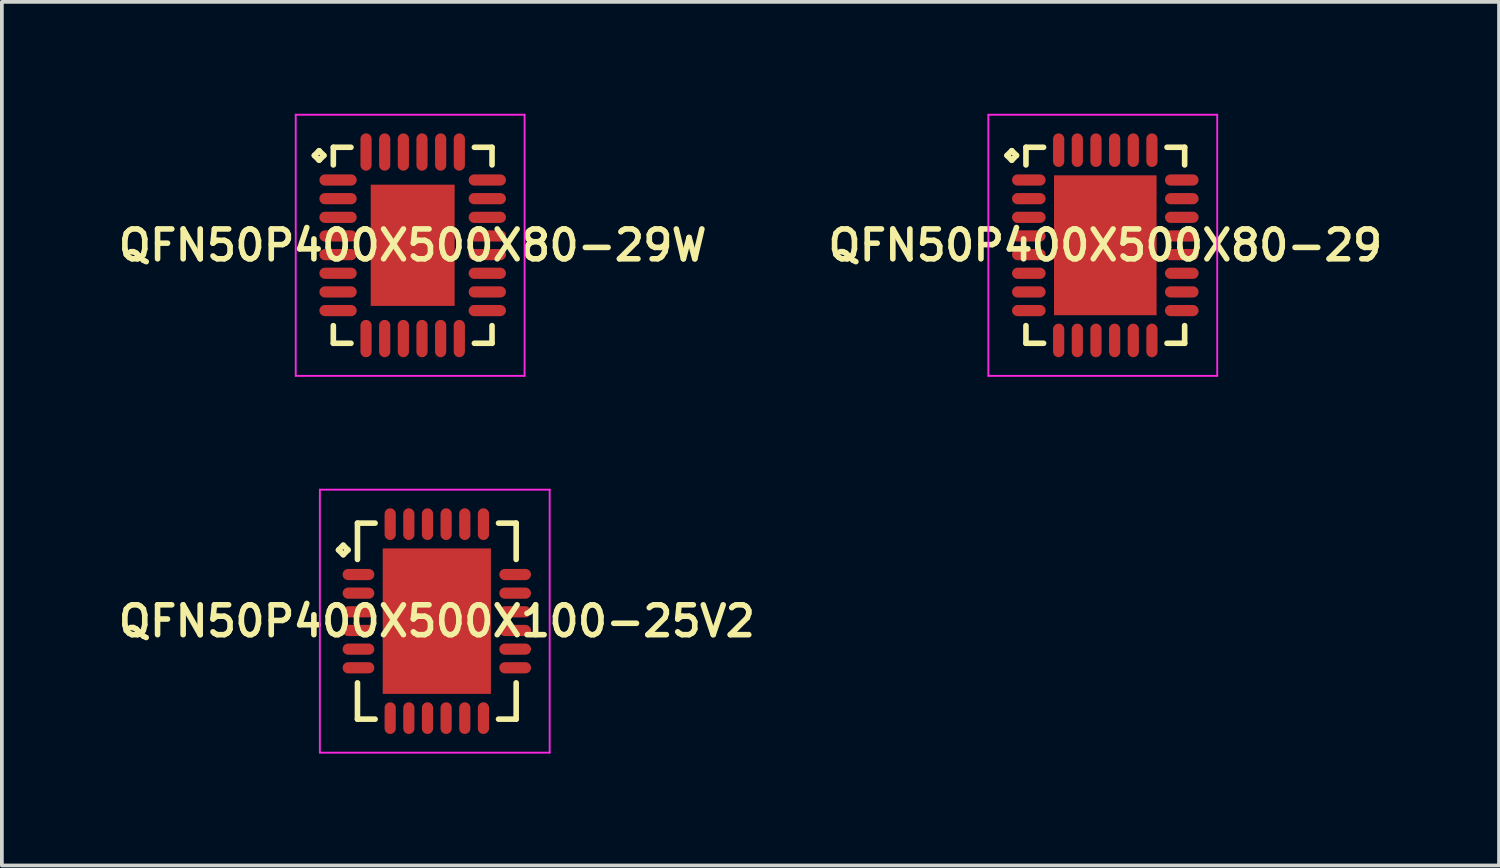
<source format=kicad_pcb>
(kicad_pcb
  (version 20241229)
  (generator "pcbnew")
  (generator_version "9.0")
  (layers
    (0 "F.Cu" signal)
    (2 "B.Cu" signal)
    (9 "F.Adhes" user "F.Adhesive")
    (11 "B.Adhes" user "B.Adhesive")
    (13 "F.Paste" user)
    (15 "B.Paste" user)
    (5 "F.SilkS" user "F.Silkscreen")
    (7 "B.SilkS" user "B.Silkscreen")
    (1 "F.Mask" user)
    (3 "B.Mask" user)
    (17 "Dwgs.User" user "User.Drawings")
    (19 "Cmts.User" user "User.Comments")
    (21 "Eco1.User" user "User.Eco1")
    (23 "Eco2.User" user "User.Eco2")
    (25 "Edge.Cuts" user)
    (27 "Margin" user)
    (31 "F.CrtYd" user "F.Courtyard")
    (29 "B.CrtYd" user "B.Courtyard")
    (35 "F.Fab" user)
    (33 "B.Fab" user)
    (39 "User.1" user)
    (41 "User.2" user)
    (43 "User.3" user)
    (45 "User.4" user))
  (footprint "QFN50P400X500X80-29"
    (layer "F.Cu")
    (at 26.578 3.525)
    (property "Reference" "QFN50P400X500X80-29" (at 0 0 0) (layer "F.SilkS") (effects (font (size 0.8 0.8) (thickness 0.15))))
    (attr smd)
    (fp_line (start -2.635 -2.408) (end -2.508 -2.535) (stroke (width 0.15) (type solid)) (layer "F.SilkS"))
    (fp_line (start -2.508 -2.535) (end -2.381 -2.408) (stroke (width 0.15) (type solid)) (layer "F.SilkS"))
    (fp_line (start -2.508 -2.281) (end -2.635 -2.408) (stroke (width 0.15) (type solid)) (layer "F.SilkS"))
    (fp_line (start -2.381 -2.408) (end -2.508 -2.281) (stroke (width 0.15) (type solid)) (layer "F.SilkS"))
    (fp_line (start -2.127 -2.627) (end -1.654 -2.627) (stroke (width 0.15) (type solid)) (layer "F.SilkS"))
    (fp_line (start -2.127 -2.154) (end -2.127 -2.627) (stroke (width 0.15) (type solid)) (layer "F.SilkS"))
    (fp_line (start -2.127 2.154) (end -2.127 2.627) (stroke (width 0.15) (type solid)) (layer "F.SilkS"))
    (fp_line (start -2.127 2.627) (end -1.654 2.627) (stroke (width 0.15) (type solid)) (layer "F.SilkS"))
    (fp_line (start 1.654 -2.627) (end 2.127 -2.627) (stroke (width 0.15) (type solid)) (layer "F.SilkS"))
    (fp_line (start 1.654 2.627) (end 2.127 2.627) (stroke (width 0.15) (type solid)) (layer "F.SilkS"))
    (fp_line (start 2.127 -2.627) (end 2.127 -2.154) (stroke (width 0.15) (type solid)) (layer "F.SilkS"))
    (fp_line (start 2.127 2.627) (end 2.127 2.154) (stroke (width 0.15) (type solid)) (layer "F.SilkS"))
    (fp_line (start -3.135 -3.5) (end 3 -3.5) (stroke (width 0.05) (type solid)) (layer "F.CrtYd"))
    (fp_line (start -3.135 3.5) (end -3.135 -3.5) (stroke (width 0.05) (type solid)) (layer "F.CrtYd"))
    (fp_line (start 3 -3.5) (end 3 3.5) (stroke (width 0.05) (type solid)) (layer "F.CrtYd"))
    (fp_line (start 3 3.5) (end -3.135 3.5) (stroke (width 0.05) (type solid)) (layer "F.CrtYd"))
    (pad "1" smd oval (at -2.05 -1.75) (size 0.9 0.3) (layers "F.Cu" "F.Mask" "F.Paste"))
    (pad "2" smd oval (at -2.05 -1.25) (size 0.9 0.3) (layers "F.Cu" "F.Mask" "F.Paste"))
    (pad "3" smd oval (at -2.05 -0.75) (size 0.9 0.3) (layers "F.Cu" "F.Mask" "F.Paste"))
    (pad "4" smd oval (at -2.05 -0.25) (size 0.9 0.3) (layers "F.Cu" "F.Mask" "F.Paste"))
    (pad "5" smd oval (at -2.05 0.25) (size 0.9 0.3) (layers "F.Cu" "F.Mask" "F.Paste"))
    (pad "6" smd oval (at -2.05 0.75) (size 0.9 0.3) (layers "F.Cu" "F.Mask" "F.Paste"))
    (pad "7" smd oval (at -2.05 1.25) (size 0.9 0.3) (layers "F.Cu" "F.Mask" "F.Paste"))
    (pad "8" smd oval (at -2.05 1.75) (size 0.9 0.3) (layers "F.Cu" "F.Mask" "F.Paste"))
    (pad "9" smd oval (at -1.25 2.55) (size 0.3 0.9) (layers "F.Cu" "F.Mask" "F.Paste"))
    (pad "10" smd oval (at -0.75 2.55) (size 0.3 0.9) (layers "F.Cu" "F.Mask" "F.Paste"))
    (pad "11" smd oval (at -0.25 2.55) (size 0.3 0.9) (layers "F.Cu" "F.Mask" "F.Paste"))
    (pad "12" smd oval (at 0.25 2.55) (size 0.3 0.9) (layers "F.Cu" "F.Mask" "F.Paste"))
    (pad "13" smd oval (at 0.75 2.55) (size 0.3 0.9) (layers "F.Cu" "F.Mask" "F.Paste"))
    (pad "14" smd oval (at 1.25 2.55) (size 0.3 0.9) (layers "F.Cu" "F.Mask" "F.Paste"))
    (pad "15" smd oval (at 2.05 1.75) (size 0.9 0.3) (layers "F.Cu" "F.Mask" "F.Paste"))
    (pad "16" smd oval (at 2.05 1.25) (size 0.9 0.3) (layers "F.Cu" "F.Mask" "F.Paste"))
    (pad "17" smd oval (at 2.05 0.75) (size 0.9 0.3) (layers "F.Cu" "F.Mask" "F.Paste"))
    (pad "18" smd oval (at 2.05 0.25) (size 0.9 0.3) (layers "F.Cu" "F.Mask" "F.Paste"))
    (pad "19" smd oval (at 2.05 -0.25) (size 0.9 0.3) (layers "F.Cu" "F.Mask" "F.Paste"))
    (pad "20" smd oval (at 2.05 -0.75) (size 0.9 0.3) (layers "F.Cu" "F.Mask" "F.Paste"))
    (pad "21" smd oval (at 2.05 -1.25) (size 0.9 0.3) (layers "F.Cu" "F.Mask" "F.Paste"))
    (pad "22" smd oval (at 2.05 -1.75) (size 0.9 0.3) (layers "F.Cu" "F.Mask" "F.Paste"))
    (pad "23" smd oval (at 1.25 -2.55) (size 0.3 0.9) (layers "F.Cu" "F.Mask" "F.Paste"))
    (pad "24" smd oval (at 0.75 -2.55) (size 0.3 0.9) (layers "F.Cu" "F.Mask" "F.Paste"))
    (pad "25" smd oval (at 0.25 -2.55) (size 0.3 0.9) (layers "F.Cu" "F.Mask" "F.Paste"))
    (pad "26" smd oval (at -0.25 -2.55) (size 0.3 0.9) (layers "F.Cu" "F.Mask" "F.Paste"))
    (pad "27" smd oval (at -0.75 -2.55) (size 0.3 0.9) (layers "F.Cu" "F.Mask" "F.Paste"))
    (pad "28" smd oval (at -1.25 -2.55) (size 0.3 0.9) (layers "F.Cu" "F.Mask" "F.Paste"))
    (pad "29" smd rect (at 0 0) (size 2.75 3.75) (layers "F.Cu" "F.Mask" "F.Paste")))
  (footprint "QFN50P400X500X100-25V2"
    (layer "F.Cu")
    (at 8.659 13.6)
    (property "Reference" "QFN50P400X500X100-25V2" (at 0 0 0) (layer "F.SilkS") (effects (font (size 0.8 0.8) (thickness 0.15))))
    (attr smd)
    (fp_line (start -2.635 -1.908) (end -2.508 -2.035) (stroke (width 0.15) (type solid)) (layer "F.SilkS"))
    (fp_line (start -2.508 -2.035) (end -2.381 -1.908) (stroke (width 0.15) (type solid)) (layer "F.SilkS"))
    (fp_line (start -2.508 -1.781) (end -2.635 -1.908) (stroke (width 0.15) (type solid)) (layer "F.SilkS"))
    (fp_line (start -2.381 -1.908) (end -2.508 -1.781) (stroke (width 0.15) (type solid)) (layer "F.SilkS"))
    (fp_line (start -2.127 -2.627) (end -1.654 -2.627) (stroke (width 0.15) (type solid)) (layer "F.SilkS"))
    (fp_line (start -2.127 -1.654) (end -2.127 -2.627) (stroke (width 0.15) (type solid)) (layer "F.SilkS"))
    (fp_line (start -2.127 1.654) (end -2.127 2.627) (stroke (width 0.15) (type solid)) (layer "F.SilkS"))
    (fp_line (start -2.127 2.627) (end -1.654 2.627) (stroke (width 0.15) (type solid)) (layer "F.SilkS"))
    (fp_line (start 1.654 -2.627) (end 2.127 -2.627) (stroke (width 0.15) (type solid)) (layer "F.SilkS"))
    (fp_line (start 1.654 2.627) (end 2.127 2.627) (stroke (width 0.15) (type solid)) (layer "F.SilkS"))
    (fp_line (start 2.127 -2.627) (end 2.127 -1.654) (stroke (width 0.15) (type solid)) (layer "F.SilkS"))
    (fp_line (start 2.127 2.627) (end 2.127 1.654) (stroke (width 0.15) (type solid)) (layer "F.SilkS"))
    (fp_line (start -3.135 -3.525) (end 3.025 -3.525) (stroke (width 0.05) (type solid)) (layer "F.CrtYd"))
    (fp_line (start -3.135 3.525) (end -3.135 -3.525) (stroke (width 0.05) (type solid)) (layer "F.CrtYd"))
    (fp_line (start 3.025 -3.525) (end 3.025 3.525) (stroke (width 0.05) (type solid)) (layer "F.CrtYd"))
    (fp_line (start 3.025 3.525) (end -3.135 3.525) (stroke (width 0.05) (type solid)) (layer "F.CrtYd"))
    (pad "1" smd oval (at -2.1 -1.25) (size 0.85 0.3) (layers "F.Cu" "F.Mask" "F.Paste"))
    (pad "2" smd oval (at -2.1 -0.75) (size 0.85 0.3) (layers "F.Cu" "F.Mask" "F.Paste"))
    (pad "3" smd oval (at -2.1 -0.25) (size 0.85 0.3) (layers "F.Cu" "F.Mask" "F.Paste"))
    (pad "4" smd oval (at -2.1 0.25) (size 0.85 0.3) (layers "F.Cu" "F.Mask" "F.Paste"))
    (pad "5" smd oval (at -2.1 0.75) (size 0.85 0.3) (layers "F.Cu" "F.Mask" "F.Paste"))
    (pad "6" smd oval (at -2.1 1.25) (size 0.85 0.3) (layers "F.Cu" "F.Mask" "F.Paste"))
    (pad "7" smd oval (at -1.25 2.6) (size 0.3 0.85) (layers "F.Cu" "F.Mask" "F.Paste"))
    (pad "8" smd oval (at -0.75 2.6) (size 0.3 0.85) (layers "F.Cu" "F.Mask" "F.Paste"))
    (pad "9" smd oval (at -0.25 2.6) (size 0.3 0.85) (layers "F.Cu" "F.Mask" "F.Paste"))
    (pad "10" smd oval (at 0.25 2.6) (size 0.3 0.85) (layers "F.Cu" "F.Mask" "F.Paste"))
    (pad "11" smd oval (at 0.75 2.6) (size 0.3 0.85) (layers "F.Cu" "F.Mask" "F.Paste"))
    (pad "12" smd oval (at 1.25 2.6) (size 0.3 0.85) (layers "F.Cu" "F.Mask" "F.Paste"))
    (pad "13" smd oval (at 2.1 1.25) (size 0.85 0.3) (layers "F.Cu" "F.Mask" "F.Paste"))
    (pad "14" smd oval (at 2.1 0.75) (size 0.85 0.3) (layers "F.Cu" "F.Mask" "F.Paste"))
    (pad "15" smd oval (at 2.1 0.25) (size 0.85 0.3) (layers "F.Cu" "F.Mask" "F.Paste"))
    (pad "16" smd oval (at 2.1 -0.25) (size 0.85 0.3) (layers "F.Cu" "F.Mask" "F.Paste"))
    (pad "17" smd oval (at 2.1 -0.75) (size 0.85 0.3) (layers "F.Cu" "F.Mask" "F.Paste"))
    (pad "18" smd oval (at 2.1 -1.25) (size 0.85 0.3) (layers "F.Cu" "F.Mask" "F.Paste"))
    (pad "19" smd oval (at 1.25 -2.6) (size 0.3 0.85) (layers "F.Cu" "F.Mask" "F.Paste"))
    (pad "20" smd oval (at 0.75 -2.6) (size 0.3 0.85) (layers "F.Cu" "F.Mask" "F.Paste"))
    (pad "21" smd oval (at 0.25 -2.6) (size 0.3 0.85) (layers "F.Cu" "F.Mask" "F.Paste"))
    (pad "22" smd oval (at -0.25 -2.6) (size 0.3 0.85) (layers "F.Cu" "F.Mask" "F.Paste"))
    (pad "23" smd oval (at -0.75 -2.6) (size 0.3 0.85) (layers "F.Cu" "F.Mask" "F.Paste"))
    (pad "24" smd oval (at -1.25 -2.6) (size 0.3 0.85) (layers "F.Cu" "F.Mask" "F.Paste"))
    (pad "25" smd rect (at 0 0) (size 2.9 3.9) (layers "F.Cu" "F.Mask" "F.Paste")))
  (footprint "QFN50P400X500X80-29W"
    (layer "F.Cu")
    (at 8.012 3.525)
    (property "Reference" "QFN50P400X500X80-29W" (at 0 0 0) (layer "F.SilkS") (effects (font (size 0.8 0.8) (thickness 0.15))))
    (attr smd)
    (fp_line (start -2.635 -2.408) (end -2.508 -2.535) (stroke (width 0.15) (type solid)) (layer "F.SilkS"))
    (fp_line (start -2.508 -2.535) (end -2.381 -2.408) (stroke (width 0.15) (type solid)) (layer "F.SilkS"))
    (fp_line (start -2.508 -2.281) (end -2.635 -2.408) (stroke (width 0.15) (type solid)) (layer "F.SilkS"))
    (fp_line (start -2.381 -2.408) (end -2.508 -2.281) (stroke (width 0.15) (type solid)) (layer "F.SilkS"))
    (fp_line (start -2.127 -2.627) (end -1.654 -2.627) (stroke (width 0.15) (type solid)) (layer "F.SilkS"))
    (fp_line (start -2.127 -2.154) (end -2.127 -2.627) (stroke (width 0.15) (type solid)) (layer "F.SilkS"))
    (fp_line (start -2.127 2.154) (end -2.127 2.627) (stroke (width 0.15) (type solid)) (layer "F.SilkS"))
    (fp_line (start -2.127 2.627) (end -1.654 2.627) (stroke (width 0.15) (type solid)) (layer "F.SilkS"))
    (fp_line (start 1.654 -2.627) (end 2.127 -2.627) (stroke (width 0.15) (type solid)) (layer "F.SilkS"))
    (fp_line (start 1.654 2.627) (end 2.127 2.627) (stroke (width 0.15) (type solid)) (layer "F.SilkS"))
    (fp_line (start 2.127 -2.627) (end 2.127 -2.154) (stroke (width 0.15) (type solid)) (layer "F.SilkS"))
    (fp_line (start 2.127 2.627) (end 2.127 2.154) (stroke (width 0.15) (type solid)) (layer "F.SilkS"))
    (fp_line (start -3.135 -3.5) (end 3 -3.5) (stroke (width 0.05) (type solid)) (layer "F.CrtYd"))
    (fp_line (start -3.135 3.5) (end -3.135 -3.5) (stroke (width 0.05) (type solid)) (layer "F.CrtYd"))
    (fp_line (start 3 -3.5) (end 3 3.5) (stroke (width 0.05) (type solid)) (layer "F.CrtYd"))
    (fp_line (start 3 3.5) (end -3.135 3.5) (stroke (width 0.05) (type solid)) (layer "F.CrtYd"))
    (pad "1" smd oval (at -2 -1.75) (size 1 0.3) (layers "F.Cu" "F.Mask" "F.Paste"))
    (pad "2" smd oval (at -2 -1.25) (size 1 0.3) (layers "F.Cu" "F.Mask" "F.Paste"))
    (pad "3" smd oval (at -2 -0.75) (size 1 0.3) (layers "F.Cu" "F.Mask" "F.Paste"))
    (pad "4" smd oval (at -2 -0.25) (size 1 0.3) (layers "F.Cu" "F.Mask" "F.Paste"))
    (pad "5" smd oval (at -2 0.25) (size 1 0.3) (layers "F.Cu" "F.Mask" "F.Paste"))
    (pad "6" smd oval (at -2 0.75) (size 1 0.3) (layers "F.Cu" "F.Mask" "F.Paste"))
    (pad "7" smd oval (at -2 1.25) (size 1 0.3) (layers "F.Cu" "F.Mask" "F.Paste"))
    (pad "8" smd oval (at -2 1.75) (size 1 0.3) (layers "F.Cu" "F.Mask" "F.Paste"))
    (pad "9" smd oval (at -1.25 2.5) (size 0.3 1) (layers "F.Cu" "F.Mask" "F.Paste"))
    (pad "10" smd oval (at -0.75 2.5) (size 0.3 1) (layers "F.Cu" "F.Mask" "F.Paste"))
    (pad "11" smd oval (at -0.25 2.5) (size 0.3 1) (layers "F.Cu" "F.Mask" "F.Paste"))
    (pad "12" smd oval (at 0.25 2.5) (size 0.3 1) (layers "F.Cu" "F.Mask" "F.Paste"))
    (pad "13" smd oval (at 0.75 2.5) (size 0.3 1) (layers "F.Cu" "F.Mask" "F.Paste"))
    (pad "14" smd oval (at 1.25 2.5) (size 0.3 1) (layers "F.Cu" "F.Mask" "F.Paste"))
    (pad "15" smd oval (at 2 1.75) (size 1 0.3) (layers "F.Cu" "F.Mask" "F.Paste"))
    (pad "16" smd oval (at 2 1.25) (size 1 0.3) (layers "F.Cu" "F.Mask" "F.Paste"))
    (pad "17" smd oval (at 2 0.75) (size 1 0.3) (layers "F.Cu" "F.Mask" "F.Paste"))
    (pad "18" smd oval (at 2 0.25) (size 1 0.3) (layers "F.Cu" "F.Mask" "F.Paste"))
    (pad "19" smd oval (at 2 -0.25) (size 1 0.3) (layers "F.Cu" "F.Mask" "F.Paste"))
    (pad "20" smd oval (at 2 -0.75) (size 1 0.3) (layers "F.Cu" "F.Mask" "F.Paste"))
    (pad "21" smd oval (at 2 -1.25) (size 1 0.3) (layers "F.Cu" "F.Mask" "F.Paste"))
    (pad "22" smd oval (at 2 -1.75) (size 1 0.3) (layers "F.Cu" "F.Mask" "F.Paste"))
    (pad "23" smd oval (at 1.25 -2.5) (size 0.3 1) (layers "F.Cu" "F.Mask" "F.Paste"))
    (pad "24" smd oval (at 0.75 -2.5) (size 0.3 1) (layers "F.Cu" "F.Mask" "F.Paste"))
    (pad "25" smd oval (at 0.25 -2.5) (size 0.3 1) (layers "F.Cu" "F.Mask" "F.Paste"))
    (pad "26" smd oval (at -0.25 -2.5) (size 0.3 1) (layers "F.Cu" "F.Mask" "F.Paste"))
    (pad "27" smd oval (at -0.75 -2.5) (size 0.3 1) (layers "F.Cu" "F.Mask" "F.Paste"))
    (pad "28" smd oval (at -1.25 -2.5) (size 0.3 1) (layers "F.Cu" "F.Mask" "F.Paste"))
    (pad "29" smd rect (at 0 0) (size 2.25 3.25) (layers "F.Cu" "F.Mask" "F.Paste")))
  (gr_rect
    (start -3 -3)
    (end 37.132 20.15)
    (stroke (width 0.1) (type default))
    (fill no)
    (layer "Edge.Cuts")))
</source>
